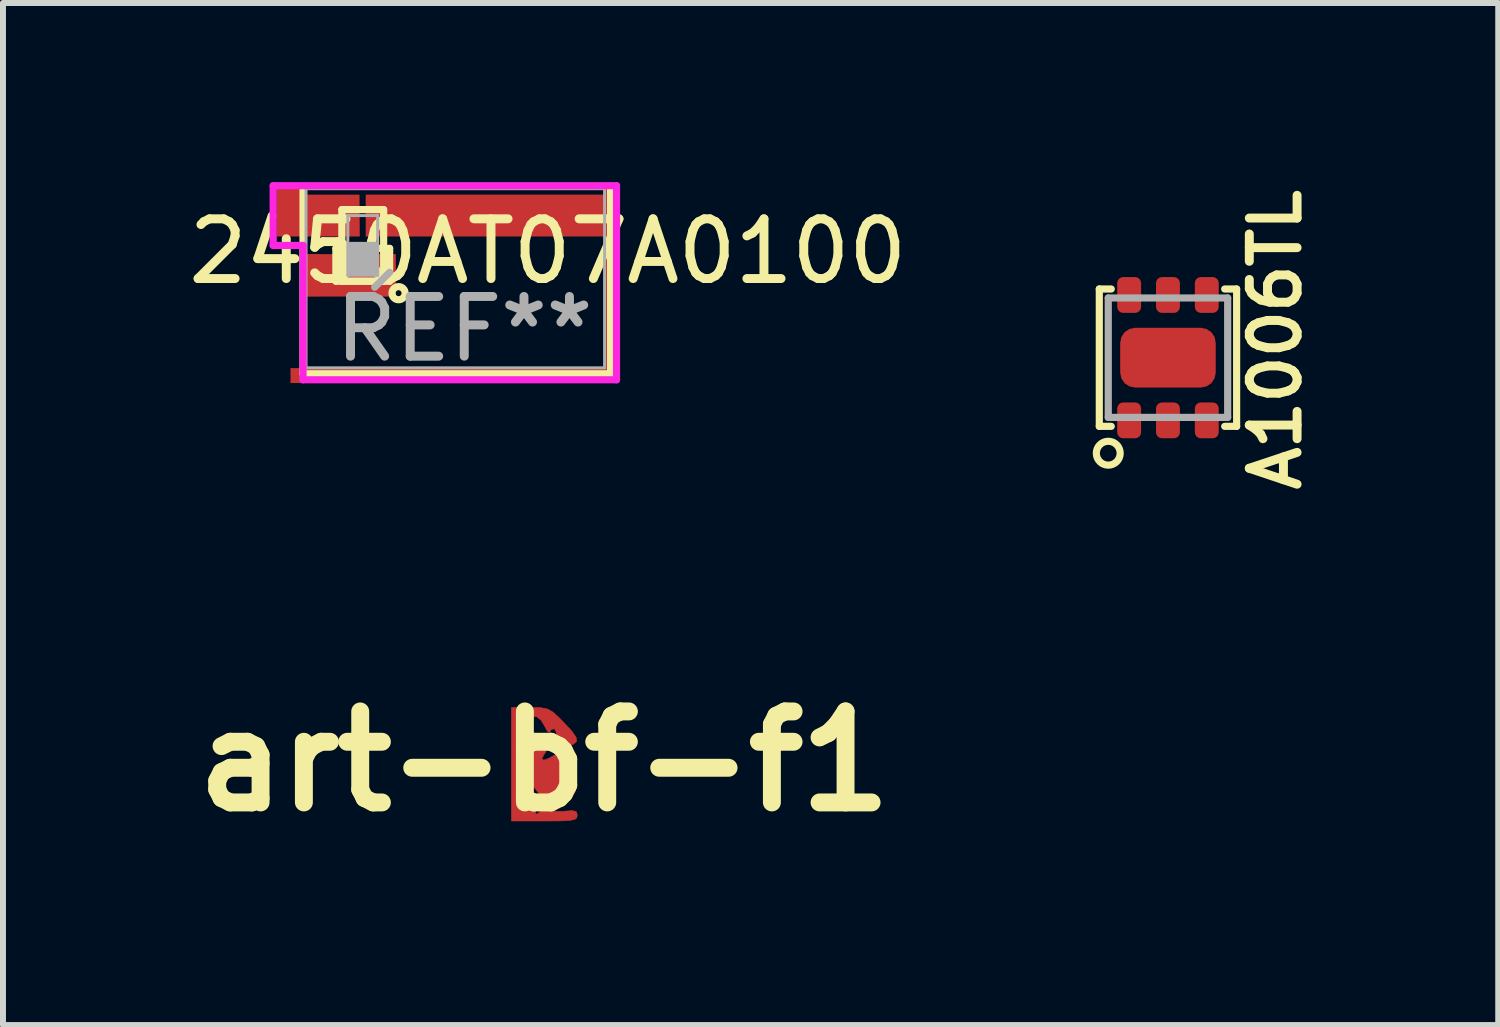
<source format=kicad_pcb>
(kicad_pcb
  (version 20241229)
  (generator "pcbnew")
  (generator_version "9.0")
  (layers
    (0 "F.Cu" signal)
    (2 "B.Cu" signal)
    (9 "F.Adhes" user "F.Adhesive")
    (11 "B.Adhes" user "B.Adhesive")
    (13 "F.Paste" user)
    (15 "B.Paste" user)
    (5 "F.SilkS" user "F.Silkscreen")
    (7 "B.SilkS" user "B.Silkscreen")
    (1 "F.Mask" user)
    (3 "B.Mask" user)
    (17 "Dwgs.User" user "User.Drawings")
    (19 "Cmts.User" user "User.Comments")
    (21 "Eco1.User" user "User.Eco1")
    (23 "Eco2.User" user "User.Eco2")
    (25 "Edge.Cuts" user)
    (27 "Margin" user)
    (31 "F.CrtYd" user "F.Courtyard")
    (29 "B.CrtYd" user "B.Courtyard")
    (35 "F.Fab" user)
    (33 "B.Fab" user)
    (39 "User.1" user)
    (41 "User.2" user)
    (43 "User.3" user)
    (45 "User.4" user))
  (footprint "2450AT07A0100"
    (layer "F.Cu")
    (at 3.025 1.06)
    (property "Reference" "2450AT07A0100" (at 3.1 0.1 0) (layer "F.SilkS") (effects (font (size 1 1) (thickness 0.15))))
    (attr through_hole)
    (fp_poly (pts (xy -0.05 -0.15) (xy -0.948 -0.15) (xy -0.953 -0.85) (xy -0.055 -0.85)) (stroke (width 0.001) (type solid)) (fill yes) (layer "F.Cu"))
    (fp_poly (pts (xy -0.05 0.45) (xy -0.3 0.45) (xy -0.3 0.15) (xy -0.05 0.15)) (stroke (width 0.01) (type solid)) (fill yes) (layer "F.Cu"))
    (fp_poly (pts (xy 0.55 0.85) (xy -0.95 0.85) (xy -0.95 0.15) (xy 0.55 0.15)) (stroke (width 0.01) (type solid)) (fill yes) (layer "F.Cu"))
    (fp_poly (pts (xy 4.05 -0.15) (xy 0.05 -0.15) (xy 0.05 -0.85) (xy 4.05 -0.85)) (stroke (width 0.001) (type solid)) (fill yes) (layer "F.Cu"))
    (fp_poly (pts (xy -0.05 -0.15) (xy -0.3 -0.15) (xy -0.3 -0.45) (xy -0.05 -0.45)) (stroke (width 0.01) (type solid)) (fill yes) (layer "F.Mask"))
    (fp_poly (pts (xy -0.05 0.45) (xy -0.3 0.45) (xy -0.3 0.15) (xy -0.05 0.15)) (stroke (width 0.01) (type solid)) (fill yes) (layer "F.Mask"))
    (fp_poly (pts (xy 0.3 -0.15) (xy 0.05 -0.15) (xy 0.05 -0.45) (xy 0.3 -0.45)) (stroke (width 0.01) (type solid)) (fill yes) (layer "F.Mask"))
    (fp_poly (pts (xy 0.3 0.45) (xy 0.05 0.45) (xy 0.05 0.15) (xy 0.3 0.15)) (stroke (width 0.01) (type solid)) (fill yes) (layer "F.Mask"))
    (fp_line (start -1 -0.95) (end -1 2.15) (stroke (width 0.12) (type solid)) (layer "F.SilkS"))
    (fp_line (start -1 2.15) (end 4.15 2.15) (stroke (width 0.12) (type solid)) (layer "F.SilkS"))
    (fp_line (start -0.45 0.05) (end 0.45 0.05) (stroke (width 0.12) (type solid)) (layer "F.SilkS"))
    (fp_line (start -0.45 0.6) (end -0.45 0.05) (stroke (width 0.12) (type solid)) (layer "F.SilkS"))
    (fp_line (start -0.35 -0.6) (end 0.35 -0.6) (stroke (width 0.12) (type solid)) (layer "F.SilkS"))
    (fp_line (start -0.35 0.6) (end -0.35 -0.6) (stroke (width 0.12) (type solid)) (layer "F.SilkS"))
    (fp_line (start 0.35 -0.6) (end 0.35 0.6) (stroke (width 0.12) (type solid)) (layer "F.SilkS"))
    (fp_line (start 0.35 0.6) (end -0.35 0.6) (stroke (width 0.12) (type solid)) (layer "F.SilkS"))
    (fp_line (start 0.45 0.05) (end 0.45 0.1) (stroke (width 0.12) (type solid)) (layer "F.SilkS"))
    (fp_line (start 0.45 0.1) (end 0.45 0.6) (stroke (width 0.12) (type solid)) (layer "F.SilkS"))
    (fp_line (start 0.45 0.6) (end -0.45 0.6) (stroke (width 0.12) (type solid)) (layer "F.SilkS"))
    (fp_line (start 4.15 2.15) (end 4.15 -0.95) (stroke (width 0.12) (type solid)) (layer "F.SilkS"))
    (fp_circle (center 0.6 0.8) (end 0.6 0.85) (stroke (width 0.12) (type solid)) (fill no) (layer "F.SilkS"))
    (fp_poly (pts (xy -0.06 -0.16) (xy -0.29 -0.16) (xy -0.29 -0.44) (xy -0.06 -0.44)) (stroke (width 0.01) (type solid)) (fill yes) (layer "F.Paste"))
    (fp_poly (pts (xy -0.06 0.44) (xy -0.29 0.44) (xy -0.29 0.16) (xy -0.06 0.16)) (stroke (width 0.01) (type solid)) (fill yes) (layer "F.Paste"))
    (fp_poly (pts (xy 0.29 -0.16) (xy 0.06 -0.16) (xy 0.06 -0.44) (xy 0.29 -0.44)) (stroke (width 0.01) (type solid)) (fill yes) (layer "F.Paste"))
    (fp_poly (pts (xy 0.29 0.44) (xy 0.06 0.44) (xy 0.06 0.16) (xy 0.29 0.16)) (stroke (width 0.01) (type solid)) (fill yes) (layer "F.Paste"))
    (fp_line (start -1.5 -1) (end -1.5 0) (stroke (width 0.12) (type solid)) (layer "F.CrtYd"))
    (fp_line (start -1.5 0) (end -1 0) (stroke (width 0.12) (type solid)) (layer "F.CrtYd"))
    (fp_line (start -1 0) (end -1 2.25) (stroke (width 0.12) (type solid)) (layer "F.CrtYd"))
    (fp_line (start -1 2.25) (end 4.25 2.25) (stroke (width 0.12) (type solid)) (layer "F.CrtYd"))
    (fp_line (start 4.25 -1) (end -1.5 -1) (stroke (width 0.12) (type solid)) (layer "F.CrtYd"))
    (fp_line (start 4.25 2.25) (end 4.25 -1) (stroke (width 0.12) (type solid)) (layer "F.CrtYd"))
    (fp_line (start -0.95 -0.95) (end -0.95 2.05) (stroke (width 0.05) (type solid)) (layer "F.Fab"))
    (fp_line (start -0.95 2.05) (end 4.05 2.05) (stroke (width 0.05) (type solid)) (layer "F.Fab"))
    (fp_line (start -0.25 0.5) (end -0.25 -0.5) (stroke (width 0.05) (type solid)) (layer "F.Fab"))
    (fp_line (start -0.2 0) (end 0.2 0) (stroke (width 0.12) (type solid)) (layer "F.Fab"))
    (fp_line (start -0.2 0.1) (end 0.15 0.1) (stroke (width 0.12) (type solid)) (layer "F.Fab"))
    (fp_line (start -0.2 0.45) (end -0.2 0.1) (stroke (width 0.12) (type solid)) (layer "F.Fab"))
    (fp_line (start -0.15 0.2) (end 0.05 0.2) (stroke (width 0.12) (type solid)) (layer "F.Fab"))
    (fp_line (start -0.15 0.4) (end -0.15 0.2) (stroke (width 0.12) (type solid)) (layer "F.Fab"))
    (fp_line (start 0.05 0.2) (end 0.05 0.3) (stroke (width 0.12) (type solid)) (layer "F.Fab"))
    (fp_line (start 0.05 0.3) (end -0.1 0.3) (stroke (width 0.12) (type solid)) (layer "F.Fab"))
    (fp_line (start 0.15 0.1) (end 0.15 0.4) (stroke (width 0.12) (type solid)) (layer "F.Fab"))
    (fp_line (start 0.15 0.4) (end -0.15 0.4) (stroke (width 0.12) (type solid)) (layer "F.Fab"))
    (fp_line (start 0.2 0) (end 0.2 0.45) (stroke (width 0.12) (type solid)) (layer "F.Fab"))
    (fp_line (start 0.2 0.45) (end -0.2 0.45) (stroke (width 0.12) (type solid)) (layer "F.Fab"))
    (fp_line (start 0.2 0.7) (end 0.45 0.45) (stroke (width 0.12) (type solid)) (layer "F.Fab"))
    (fp_line (start 0.25 -0.5) (end -0.25 -0.5) (stroke (width 0.05) (type solid)) (layer "F.Fab"))
    (fp_line (start 0.25 -0.5) (end 0.25 0.5) (stroke (width 0.05) (type solid)) (layer "F.Fab"))
    (fp_line (start 0.25 0.5) (end -0.25 0.5) (stroke (width 0.05) (type solid)) (layer "F.Fab"))
    (fp_line (start 4.05 -0.95) (end -0.95 -0.95) (stroke (width 0.05) (type solid)) (layer "F.Fab"))
    (fp_line (start 4.05 2.05) (end 4.05 -0.95) (stroke (width 0.05) (type solid)) (layer "F.Fab"))
    (fp_text user "REF**" (at 1.7 1.4 0) (layer "F.Fab") (effects (font (size 1 1) (thickness 0.15))))
    (pad "1" smd rect (at -1.19 -0.55) (size 0.5 0.8) (layers "F.Cu"))
    (pad "1" smd rect (at 1.54 2.18 90) (size 0.25 5.5) (layers "F.Cu"))
    (pad "1" smd rect (at 4.17 0.6) (size 0.25 3.1) (layers "F.Cu"))
    (pad "2" smd rect (at -0.85 0.5) (size 0.25 0.7) (layers "F.Cu")))
  (footprint "A1006TL"
    (layer "F.Cu")
    (at 16.51 2.94)
    (property "Reference" "A1006TL" (at 1.8 -0.3 90) (layer "F.SilkS") (effects (font (size 0.8 0.8) (thickness 0.15))))
    (attr through_hole)
    (fp_line (start -1.15 -1.15) (end -1.15 1.15) (stroke (width 0.12) (type solid)) (layer "F.SilkS"))
    (fp_line (start -1.15 1.15) (end -0.95 1.15) (stroke (width 0.12) (type solid)) (layer "F.SilkS"))
    (fp_line (start -0.95 -1.15) (end -1.15 -1.15) (stroke (width 0.12) (type solid)) (layer "F.SilkS"))
    (fp_line (start 0.95 1.15) (end 1.15 1.15) (stroke (width 0.12) (type solid)) (layer "F.SilkS"))
    (fp_line (start 1.15 -1.15) (end 0.95 -1.15) (stroke (width 0.12) (type solid)) (layer "F.SilkS"))
    (fp_line (start 1.15 1.15) (end 1.15 -1.15) (stroke (width 0.12) (type solid)) (layer "F.SilkS"))
    (fp_circle (center -1 1.6) (end -0.8 1.6) (stroke (width 0.12) (type solid)) (fill no) (layer "F.SilkS"))
    (fp_line (start -1 -1) (end 1 -1) (stroke (width 0.12) (type solid)) (layer "F.Fab"))
    (fp_line (start -1 1) (end -1 -1) (stroke (width 0.12) (type solid)) (layer "F.Fab"))
    (fp_line (start 1 -1) (end 1 1) (stroke (width 0.12) (type solid)) (layer "F.Fab"))
    (fp_line (start 1 1) (end -1 1) (stroke (width 0.12) (type solid)) (layer "F.Fab"))
    (pad "1" smd roundrect (at -0.65 1.05) (size 0.4 0.6) (layers "F.Cu" "F.Mask" "F.Paste") (roundrect_rratio 0.25))
    (pad "2" smd roundrect (at 0 0) (size 1.6 1) (layers "F.Cu" "F.Mask" "F.Paste") (roundrect_rratio 0.25))
    (pad "2" smd roundrect (at 0 1.05) (size 0.4 0.6) (layers "F.Cu" "F.Mask" "F.Paste") (roundrect_rratio 0.25))
    (pad "3" smd roundrect (at 0.65 1.05) (size 0.4 0.6) (layers "F.Cu" "F.Mask" "F.Paste") (roundrect_rratio 0.25))
    (pad "4" smd roundrect (at 0.65 -1.05) (size 0.4 0.6) (layers "F.Cu" "F.Mask" "F.Paste") (roundrect_rratio 0.25))
    (pad "5" smd roundrect (at 0 -1.05) (size 0.4 0.6) (layers "F.Cu" "F.Mask" "F.Paste") (roundrect_rratio 0.25))
    (pad "6" smd roundrect (at -0.65 -1.05) (size 0.4 0.6) (layers "F.Cu" "F.Mask" "F.Paste") (roundrect_rratio 0.25)))
  (footprint "art-bf-f1"
    (layer "F.Cu")
    (at 6.067 9.699)
    (property "Reference" "art-bf-f1" (at 0 0 0) (layer "F.SilkS") (effects (font (size 1.524 1.524) (thickness 0.3))))
    (attr through_hole)
    (fp_poly (pts (xy -0.065 -0.897) (xy 0.05 -0.876) (xy 0.145 -0.822) (xy 0.258 -0.718) (xy 0.314 -0.661) (xy 0.459 -0.505) (xy 0.532 -0.399) (xy 0.537 -0.33) (xy 0.481 -0.285) (xy 0.468 -0.279) (xy 0.37 -0.287) (xy 0.27 -0.354) (xy 0.206 -0.448) (xy 0.2 -0.483) (xy 0.171 -0.544) (xy 0.115 -0.534) (xy 0.089 -0.491) (xy 0.06 -0.492) (xy 0.014 -0.567) (xy 0.004 -0.591) (xy -0.058 -0.691) (xy -0.129 -0.747) (xy -0.184 -0.748) (xy -0.2 -0.7) (xy -0.24 -0.656) (xy -0.275 -0.65) (xy -0.343 -0.628) (xy -0.326 -0.573) (xy -0.249 -0.511) (xy -0.186 -0.465) (xy -0.187 -0.423) (xy -0.256 -0.354) (xy -0.286 -0.328) (xy -0.378 -0.23) (xy -0.381 -0.175) (xy -0.3 -0.168) (xy -0.175 -0.2) (xy -0.028 -0.235) (xy 0.039 -0.22) (xy 0.022 -0.155) (xy 0 -0.125) (xy -0.044 -0.045) (xy -0.013 -0.018) (xy 0.078 -0.05) (xy 0.111 -0.07) (xy 0.19 -0.114) (xy 0.255 -0.108) (xy 0.341 -0.046) (xy 0.393 0.001) (xy 0.497 0.111) (xy 0.54 0.215) (xy 0.54 0.361) (xy 0.519 0.504) (xy 0.471 0.581) (xy 0.395 0.619) (xy 0.215 0.647) (xy 0.04 0.617) (xy -0.095 0.538) (xy -0.141 0.474) (xy -0.222 0.377) (xy -0.299 0.35) (xy -0.384 0.364) (xy -0.384 0.412) (xy -0.318 0.489) (xy -0.266 0.555) (xy -0.291 0.604) (xy -0.343 0.641) (xy -0.435 0.722) (xy -0.436 0.774) (xy -0.35 0.784) (xy -0.3 0.775) (xy -0.193 0.762) (xy -0.153 0.796) (xy -0.15 0.829) (xy -0.144 0.887) (xy -0.107 0.875) (xy -0.055 0.829) (xy 0.028 0.776) (xy 0.077 0.803) (xy 0.154 0.839) (xy 0.31 0.839) (xy 0.332 0.837) (xy 0.468 0.827) (xy 0.533 0.844) (xy 0.55 0.897) (xy 0.55 0.906) (xy 0.542 0.947) (xy 0.507 0.974) (xy 0.428 0.99) (xy 0.288 0.998) (xy 0.069 1) (xy 0 1) (xy -0.55 1) (xy -0.55 -0.9) (xy -0.236 -0.9) (xy -0.065 -0.897)) (stroke (width 0.01) (type solid)) (fill yes) (layer "F.Cu")))
  (gr_rect
    (start -3 -3)
    (end 22.041 14.117)
    (stroke (width 0.1) (type default))
    (fill no)
    (layer "Edge.Cuts")))
</source>
